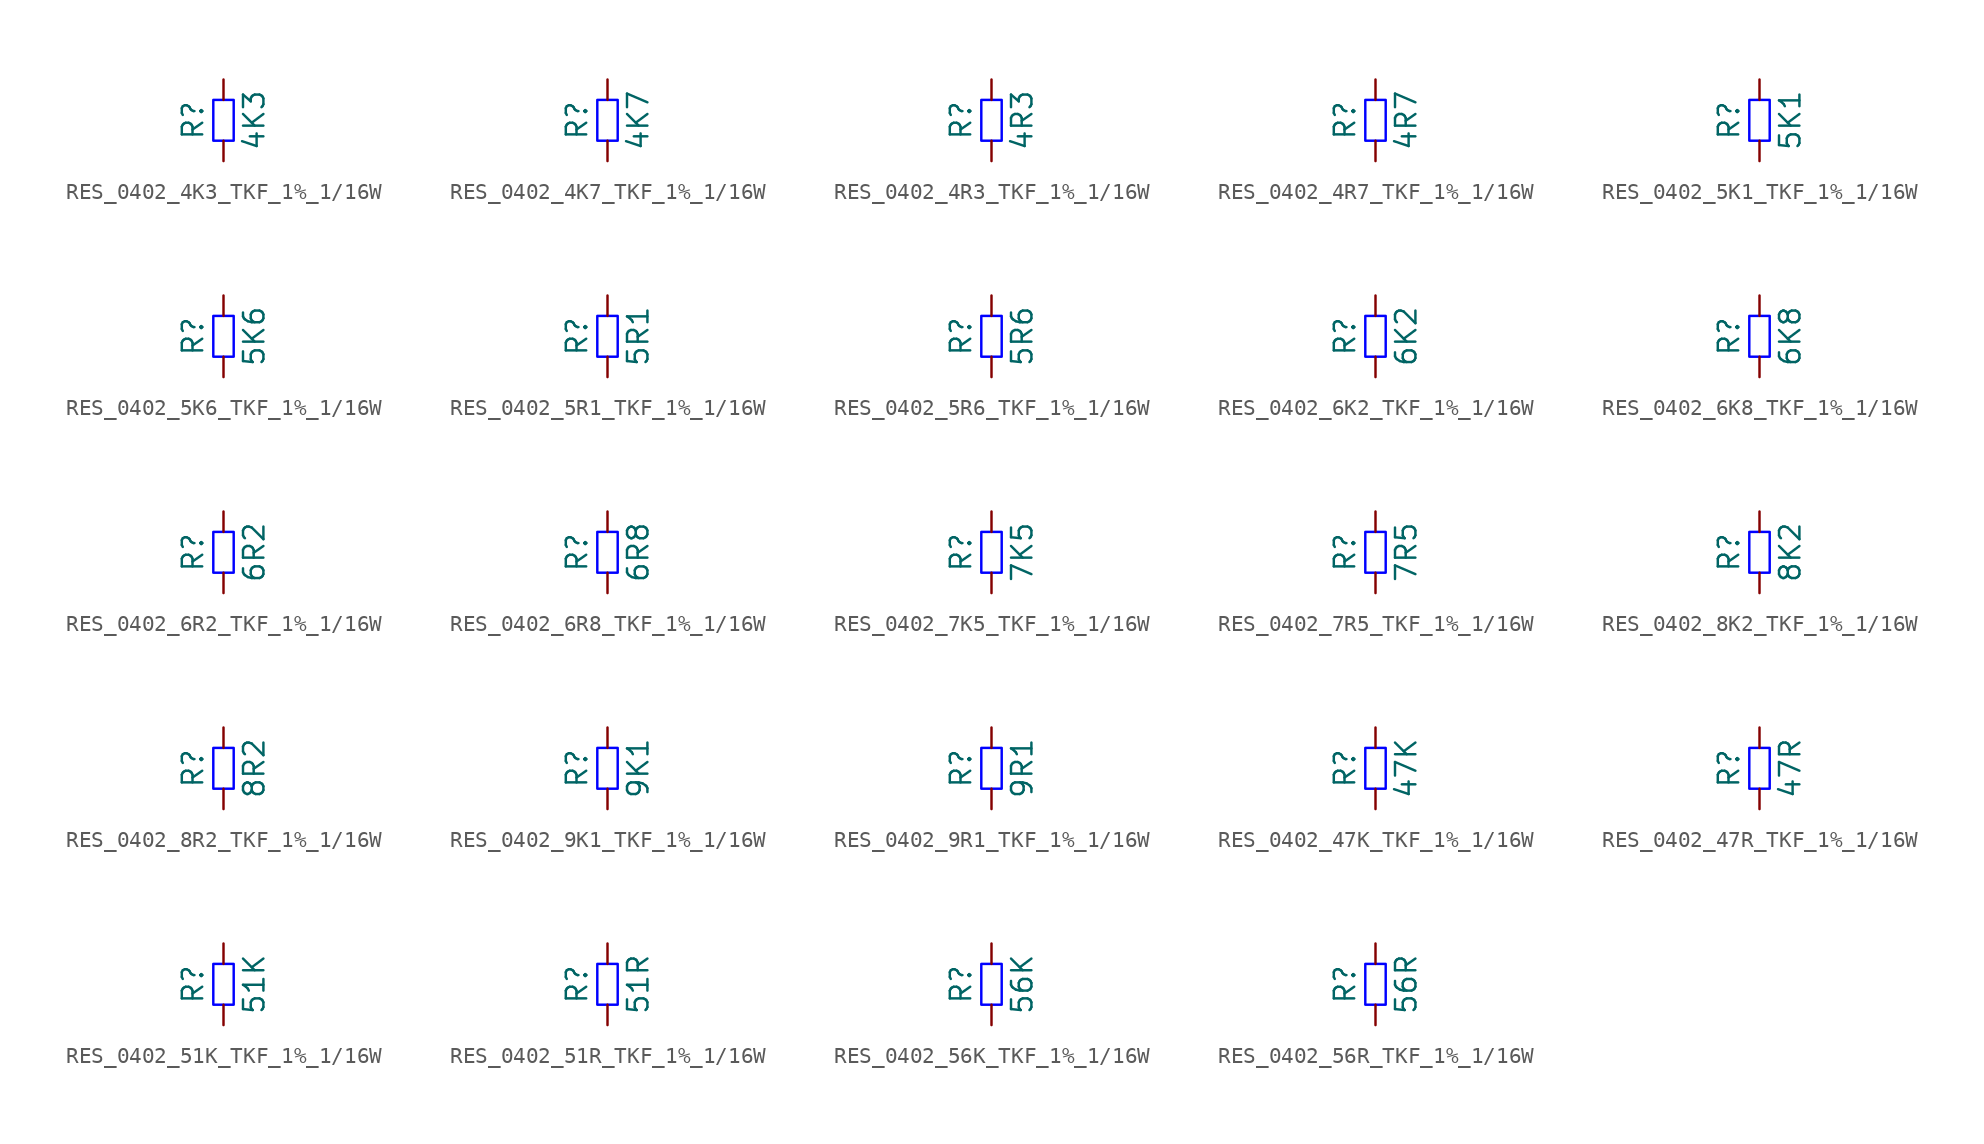
<source format=kicad_sym>
(kicad_symbol_lib
  (version 20220914)
  (generator kicad_symbol_editor)
  (symbol "RES_0402_4K3_TKF_1%_1/16W"
    (pin_numbers hide)
    (pin_names
      (offset 0) hide)
    (property "Reference" "R"
      (at -1.905 0 90)
      (do_not_autoplace)
      (effects (font (size 1.27 1.27))))
    (property "Value" "4K3"
      (at 1.905 0 90)
      (do_not_autoplace)
      (effects (font (size 1.27 1.27))))
    (symbol "RES_0402_4K3_TKF_1%_1/16W_1_1"
      (rectangle (start -0.635 -1.27) (end 0.635 1.27) (stroke (width 0) (type solid) (color 0 0 255 1)) (fill (type none)))
      (pin passive line (at 0 -2.54 90) (length 1.27) (name "~" (effects (font (size 1.27 1.27)))) (number "1" (effects (font (size 1.27 1.27)))))
      (pin passive line (at 0 2.54 270) (length 1.27) (name "~" (effects (font (size 1.27 1.27)))) (number "2" (effects (font (size 1.27 1.27)))))))
  (symbol "RES_0402_4K7_TKF_1%_1/16W"
    (pin_numbers hide)
    (pin_names
      (offset 0) hide)
    (property "Reference" "R"
      (at -1.905 0 90)
      (do_not_autoplace)
      (effects (font (size 1.27 1.27))))
    (property "Value" "4K7"
      (at 1.905 0 90)
      (do_not_autoplace)
      (effects (font (size 1.27 1.27))))
    (symbol "RES_0402_4K7_TKF_1%_1/16W_1_1"
      (rectangle (start -0.635 -1.27) (end 0.635 1.27) (stroke (width 0) (type solid) (color 0 0 255 1)) (fill (type none)))
      (pin passive line (at 0 -2.54 90) (length 1.27) (name "~" (effects (font (size 1.27 1.27)))) (number "1" (effects (font (size 1.27 1.27)))))
      (pin passive line (at 0 2.54 270) (length 1.27) (name "~" (effects (font (size 1.27 1.27)))) (number "2" (effects (font (size 1.27 1.27)))))))
  (symbol "RES_0402_4R3_TKF_1%_1/16W"
    (pin_numbers hide)
    (pin_names
      (offset 0) hide)
    (property "Reference" "R"
      (at -1.905 0 90)
      (do_not_autoplace)
      (effects (font (size 1.27 1.27))))
    (property "Value" "4R3"
      (at 1.905 0 90)
      (do_not_autoplace)
      (effects (font (size 1.27 1.27))))
    (symbol "RES_0402_4R3_TKF_1%_1/16W_1_1"
      (rectangle (start -0.635 -1.27) (end 0.635 1.27) (stroke (width 0) (type solid) (color 0 0 255 1)) (fill (type none)))
      (pin passive line (at 0 -2.54 90) (length 1.27) (name "~" (effects (font (size 1.27 1.27)))) (number "1" (effects (font (size 1.27 1.27)))))
      (pin passive line (at 0 2.54 270) (length 1.27) (name "~" (effects (font (size 1.27 1.27)))) (number "2" (effects (font (size 1.27 1.27)))))))
  (symbol "RES_0402_4R7_TKF_1%_1/16W"
    (pin_numbers hide)
    (pin_names
      (offset 0) hide)
    (property "Reference" "R"
      (at -1.905 0 90)
      (do_not_autoplace)
      (effects (font (size 1.27 1.27))))
    (property "Value" "4R7"
      (at 1.905 0 90)
      (do_not_autoplace)
      (effects (font (size 1.27 1.27))))
    (symbol "RES_0402_4R7_TKF_1%_1/16W_1_1"
      (rectangle (start -0.635 -1.27) (end 0.635 1.27) (stroke (width 0) (type solid) (color 0 0 255 1)) (fill (type none)))
      (pin passive line (at 0 -2.54 90) (length 1.27) (name "~" (effects (font (size 1.27 1.27)))) (number "1" (effects (font (size 1.27 1.27)))))
      (pin passive line (at 0 2.54 270) (length 1.27) (name "~" (effects (font (size 1.27 1.27)))) (number "2" (effects (font (size 1.27 1.27)))))))
  (symbol "RES_0402_5K1_TKF_1%_1/16W"
    (pin_numbers hide)
    (pin_names
      (offset 0) hide)
    (property "Reference" "R"
      (at -1.905 0 90)
      (do_not_autoplace)
      (effects (font (size 1.27 1.27))))
    (property "Value" "5K1"
      (at 1.905 0 90)
      (do_not_autoplace)
      (effects (font (size 1.27 1.27))))
    (symbol "RES_0402_5K1_TKF_1%_1/16W_1_1"
      (rectangle (start -0.635 -1.27) (end 0.635 1.27) (stroke (width 0) (type solid) (color 0 0 255 1)) (fill (type none)))
      (pin passive line (at 0 -2.54 90) (length 1.27) (name "~" (effects (font (size 1.27 1.27)))) (number "1" (effects (font (size 1.27 1.27)))))
      (pin passive line (at 0 2.54 270) (length 1.27) (name "~" (effects (font (size 1.27 1.27)))) (number "2" (effects (font (size 1.27 1.27)))))))
  (symbol "RES_0402_5K6_TKF_1%_1/16W"
    (pin_numbers hide)
    (pin_names
      (offset 0) hide)
    (property "Reference" "R"
      (at -1.905 0 90)
      (do_not_autoplace)
      (effects (font (size 1.27 1.27))))
    (property "Value" "5K6"
      (at 1.905 0 90)
      (do_not_autoplace)
      (effects (font (size 1.27 1.27))))
    (symbol "RES_0402_5K6_TKF_1%_1/16W_1_1"
      (rectangle (start -0.635 -1.27) (end 0.635 1.27) (stroke (width 0) (type solid) (color 0 0 255 1)) (fill (type none)))
      (pin passive line (at 0 -2.54 90) (length 1.27) (name "~" (effects (font (size 1.27 1.27)))) (number "1" (effects (font (size 1.27 1.27)))))
      (pin passive line (at 0 2.54 270) (length 1.27) (name "~" (effects (font (size 1.27 1.27)))) (number "2" (effects (font (size 1.27 1.27)))))))
  (symbol "RES_0402_5R1_TKF_1%_1/16W"
    (pin_numbers hide)
    (pin_names
      (offset 0) hide)
    (property "Reference" "R"
      (at -1.905 0 90)
      (do_not_autoplace)
      (effects (font (size 1.27 1.27))))
    (property "Value" "5R1"
      (at 1.905 0 90)
      (do_not_autoplace)
      (effects (font (size 1.27 1.27))))
    (symbol "RES_0402_5R1_TKF_1%_1/16W_1_1"
      (rectangle (start -0.635 -1.27) (end 0.635 1.27) (stroke (width 0) (type solid) (color 0 0 255 1)) (fill (type none)))
      (pin passive line (at 0 -2.54 90) (length 1.27) (name "~" (effects (font (size 1.27 1.27)))) (number "1" (effects (font (size 1.27 1.27)))))
      (pin passive line (at 0 2.54 270) (length 1.27) (name "~" (effects (font (size 1.27 1.27)))) (number "2" (effects (font (size 1.27 1.27)))))))
  (symbol "RES_0402_5R6_TKF_1%_1/16W"
    (pin_numbers hide)
    (pin_names
      (offset 0) hide)
    (property "Reference" "R"
      (at -1.905 0 90)
      (do_not_autoplace)
      (effects (font (size 1.27 1.27))))
    (property "Value" "5R6"
      (at 1.905 0 90)
      (do_not_autoplace)
      (effects (font (size 1.27 1.27))))
    (symbol "RES_0402_5R6_TKF_1%_1/16W_1_1"
      (rectangle (start -0.635 -1.27) (end 0.635 1.27) (stroke (width 0) (type solid) (color 0 0 255 1)) (fill (type none)))
      (pin passive line (at 0 -2.54 90) (length 1.27) (name "~" (effects (font (size 1.27 1.27)))) (number "1" (effects (font (size 1.27 1.27)))))
      (pin passive line (at 0 2.54 270) (length 1.27) (name "~" (effects (font (size 1.27 1.27)))) (number "2" (effects (font (size 1.27 1.27)))))))
  (symbol "RES_0402_6K2_TKF_1%_1/16W"
    (pin_numbers hide)
    (pin_names
      (offset 0) hide)
    (property "Reference" "R"
      (at -1.905 0 90)
      (do_not_autoplace)
      (effects (font (size 1.27 1.27))))
    (property "Value" "6K2"
      (at 1.905 0 90)
      (do_not_autoplace)
      (effects (font (size 1.27 1.27))))
    (symbol "RES_0402_6K2_TKF_1%_1/16W_1_1"
      (rectangle (start -0.635 -1.27) (end 0.635 1.27) (stroke (width 0) (type solid) (color 0 0 255 1)) (fill (type none)))
      (pin passive line (at 0 -2.54 90) (length 1.27) (name "~" (effects (font (size 1.27 1.27)))) (number "1" (effects (font (size 1.27 1.27)))))
      (pin passive line (at 0 2.54 270) (length 1.27) (name "~" (effects (font (size 1.27 1.27)))) (number "2" (effects (font (size 1.27 1.27)))))))
  (symbol "RES_0402_6K8_TKF_1%_1/16W"
    (pin_numbers hide)
    (pin_names
      (offset 0) hide)
    (property "Reference" "R"
      (at -1.905 0 90)
      (do_not_autoplace)
      (effects (font (size 1.27 1.27))))
    (property "Value" "6K8"
      (at 1.905 0 90)
      (do_not_autoplace)
      (effects (font (size 1.27 1.27))))
    (symbol "RES_0402_6K8_TKF_1%_1/16W_1_1"
      (rectangle (start -0.635 -1.27) (end 0.635 1.27) (stroke (width 0) (type solid) (color 0 0 255 1)) (fill (type none)))
      (pin passive line (at 0 -2.54 90) (length 1.27) (name "~" (effects (font (size 1.27 1.27)))) (number "1" (effects (font (size 1.27 1.27)))))
      (pin passive line (at 0 2.54 270) (length 1.27) (name "~" (effects (font (size 1.27 1.27)))) (number "2" (effects (font (size 1.27 1.27)))))))
  (symbol "RES_0402_6R2_TKF_1%_1/16W"
    (pin_numbers hide)
    (pin_names
      (offset 0) hide)
    (property "Reference" "R"
      (at -1.905 0 90)
      (do_not_autoplace)
      (effects (font (size 1.27 1.27))))
    (property "Value" "6R2"
      (at 1.905 0 90)
      (do_not_autoplace)
      (effects (font (size 1.27 1.27))))
    (symbol "RES_0402_6R2_TKF_1%_1/16W_1_1"
      (rectangle (start -0.635 -1.27) (end 0.635 1.27) (stroke (width 0) (type solid) (color 0 0 255 1)) (fill (type none)))
      (pin passive line (at 0 -2.54 90) (length 1.27) (name "~" (effects (font (size 1.27 1.27)))) (number "1" (effects (font (size 1.27 1.27)))))
      (pin passive line (at 0 2.54 270) (length 1.27) (name "~" (effects (font (size 1.27 1.27)))) (number "2" (effects (font (size 1.27 1.27)))))))
  (symbol "RES_0402_6R8_TKF_1%_1/16W"
    (pin_numbers hide)
    (pin_names
      (offset 0) hide)
    (property "Reference" "R"
      (at -1.905 0 90)
      (do_not_autoplace)
      (effects (font (size 1.27 1.27))))
    (property "Value" "6R8"
      (at 1.905 0 90)
      (do_not_autoplace)
      (effects (font (size 1.27 1.27))))
    (symbol "RES_0402_6R8_TKF_1%_1/16W_1_1"
      (rectangle (start -0.635 -1.27) (end 0.635 1.27) (stroke (width 0) (type solid) (color 0 0 255 1)) (fill (type none)))
      (pin passive line (at 0 -2.54 90) (length 1.27) (name "~" (effects (font (size 1.27 1.27)))) (number "1" (effects (font (size 1.27 1.27)))))
      (pin passive line (at 0 2.54 270) (length 1.27) (name "~" (effects (font (size 1.27 1.27)))) (number "2" (effects (font (size 1.27 1.27)))))))
  (symbol "RES_0402_7K5_TKF_1%_1/16W"
    (pin_numbers hide)
    (pin_names
      (offset 0) hide)
    (property "Reference" "R"
      (at -1.905 0 90)
      (do_not_autoplace)
      (effects (font (size 1.27 1.27))))
    (property "Value" "7K5"
      (at 1.905 0 90)
      (do_not_autoplace)
      (effects (font (size 1.27 1.27))))
    (symbol "RES_0402_7K5_TKF_1%_1/16W_1_1"
      (rectangle (start -0.635 -1.27) (end 0.635 1.27) (stroke (width 0) (type solid) (color 0 0 255 1)) (fill (type none)))
      (pin passive line (at 0 -2.54 90) (length 1.27) (name "~" (effects (font (size 1.27 1.27)))) (number "1" (effects (font (size 1.27 1.27)))))
      (pin passive line (at 0 2.54 270) (length 1.27) (name "~" (effects (font (size 1.27 1.27)))) (number "2" (effects (font (size 1.27 1.27)))))))
  (symbol "RES_0402_7R5_TKF_1%_1/16W"
    (pin_numbers hide)
    (pin_names
      (offset 0) hide)
    (property "Reference" "R"
      (at -1.905 0 90)
      (do_not_autoplace)
      (effects (font (size 1.27 1.27))))
    (property "Value" "7R5"
      (at 1.905 0 90)
      (do_not_autoplace)
      (effects (font (size 1.27 1.27))))
    (symbol "RES_0402_7R5_TKF_1%_1/16W_1_1"
      (rectangle (start -0.635 -1.27) (end 0.635 1.27) (stroke (width 0) (type solid) (color 0 0 255 1)) (fill (type none)))
      (pin passive line (at 0 -2.54 90) (length 1.27) (name "~" (effects (font (size 1.27 1.27)))) (number "1" (effects (font (size 1.27 1.27)))))
      (pin passive line (at 0 2.54 270) (length 1.27) (name "~" (effects (font (size 1.27 1.27)))) (number "2" (effects (font (size 1.27 1.27)))))))
  (symbol "RES_0402_8K2_TKF_1%_1/16W"
    (pin_numbers hide)
    (pin_names
      (offset 0) hide)
    (property "Reference" "R"
      (at -1.905 0 90)
      (do_not_autoplace)
      (effects (font (size 1.27 1.27))))
    (property "Value" "8K2"
      (at 1.905 0 90)
      (do_not_autoplace)
      (effects (font (size 1.27 1.27))))
    (symbol "RES_0402_8K2_TKF_1%_1/16W_1_1"
      (rectangle (start -0.635 -1.27) (end 0.635 1.27) (stroke (width 0) (type solid) (color 0 0 255 1)) (fill (type none)))
      (pin passive line (at 0 -2.54 90) (length 1.27) (name "~" (effects (font (size 1.27 1.27)))) (number "1" (effects (font (size 1.27 1.27)))))
      (pin passive line (at 0 2.54 270) (length 1.27) (name "~" (effects (font (size 1.27 1.27)))) (number "2" (effects (font (size 1.27 1.27)))))))
  (symbol "RES_0402_8R2_TKF_1%_1/16W"
    (pin_numbers hide)
    (pin_names
      (offset 0) hide)
    (property "Reference" "R"
      (at -1.905 0 90)
      (do_not_autoplace)
      (effects (font (size 1.27 1.27))))
    (property "Value" "8R2"
      (at 1.905 0 90)
      (do_not_autoplace)
      (effects (font (size 1.27 1.27))))
    (symbol "RES_0402_8R2_TKF_1%_1/16W_1_1"
      (rectangle (start -0.635 -1.27) (end 0.635 1.27) (stroke (width 0) (type solid) (color 0 0 255 1)) (fill (type none)))
      (pin passive line (at 0 -2.54 90) (length 1.27) (name "~" (effects (font (size 1.27 1.27)))) (number "1" (effects (font (size 1.27 1.27)))))
      (pin passive line (at 0 2.54 270) (length 1.27) (name "~" (effects (font (size 1.27 1.27)))) (number "2" (effects (font (size 1.27 1.27)))))))
  (symbol "RES_0402_9K1_TKF_1%_1/16W"
    (pin_numbers hide)
    (pin_names
      (offset 0) hide)
    (property "Reference" "R"
      (at -1.905 0 90)
      (do_not_autoplace)
      (effects (font (size 1.27 1.27))))
    (property "Value" "9K1"
      (at 1.905 0 90)
      (do_not_autoplace)
      (effects (font (size 1.27 1.27))))
    (symbol "RES_0402_9K1_TKF_1%_1/16W_1_1"
      (rectangle (start -0.635 -1.27) (end 0.635 1.27) (stroke (width 0) (type solid) (color 0 0 255 1)) (fill (type none)))
      (pin passive line (at 0 -2.54 90) (length 1.27) (name "~" (effects (font (size 1.27 1.27)))) (number "1" (effects (font (size 1.27 1.27)))))
      (pin passive line (at 0 2.54 270) (length 1.27) (name "~" (effects (font (size 1.27 1.27)))) (number "2" (effects (font (size 1.27 1.27)))))))
  (symbol "RES_0402_9R1_TKF_1%_1/16W"
    (pin_numbers hide)
    (pin_names
      (offset 0) hide)
    (property "Reference" "R"
      (at -1.905 0 90)
      (do_not_autoplace)
      (effects (font (size 1.27 1.27))))
    (property "Value" "9R1"
      (at 1.905 0 90)
      (do_not_autoplace)
      (effects (font (size 1.27 1.27))))
    (symbol "RES_0402_9R1_TKF_1%_1/16W_1_1"
      (rectangle (start -0.635 -1.27) (end 0.635 1.27) (stroke (width 0) (type solid) (color 0 0 255 1)) (fill (type none)))
      (pin passive line (at 0 -2.54 90) (length 1.27) (name "~" (effects (font (size 1.27 1.27)))) (number "1" (effects (font (size 1.27 1.27)))))
      (pin passive line (at 0 2.54 270) (length 1.27) (name "~" (effects (font (size 1.27 1.27)))) (number "2" (effects (font (size 1.27 1.27)))))))
  (symbol "RES_0402_47K_TKF_1%_1/16W"
    (pin_numbers hide)
    (pin_names
      (offset 0) hide)
    (property "Reference" "R"
      (at -1.905 0 90)
      (do_not_autoplace)
      (effects (font (size 1.27 1.27))))
    (property "Value" "47K"
      (at 1.905 0 90)
      (do_not_autoplace)
      (effects (font (size 1.27 1.27))))
    (symbol "RES_0402_47K_TKF_1%_1/16W_1_1"
      (rectangle (start -0.635 -1.27) (end 0.635 1.27) (stroke (width 0) (type solid) (color 0 0 255 1)) (fill (type none)))
      (pin passive line (at 0 -2.54 90) (length 1.27) (name "~" (effects (font (size 1.27 1.27)))) (number "1" (effects (font (size 1.27 1.27)))))
      (pin passive line (at 0 2.54 270) (length 1.27) (name "~" (effects (font (size 1.27 1.27)))) (number "2" (effects (font (size 1.27 1.27)))))))
  (symbol "RES_0402_47R_TKF_1%_1/16W"
    (pin_numbers hide)
    (pin_names
      (offset 0) hide)
    (property "Reference" "R"
      (at -1.905 0 90)
      (do_not_autoplace)
      (effects (font (size 1.27 1.27))))
    (property "Value" "47R"
      (at 1.905 0 90)
      (do_not_autoplace)
      (effects (font (size 1.27 1.27))))
    (symbol "RES_0402_47R_TKF_1%_1/16W_1_1"
      (rectangle (start -0.635 -1.27) (end 0.635 1.27) (stroke (width 0) (type solid) (color 0 0 255 1)) (fill (type none)))
      (pin passive line (at 0 -2.54 90) (length 1.27) (name "~" (effects (font (size 1.27 1.27)))) (number "1" (effects (font (size 1.27 1.27)))))
      (pin passive line (at 0 2.54 270) (length 1.27) (name "~" (effects (font (size 1.27 1.27)))) (number "2" (effects (font (size 1.27 1.27)))))))
  (symbol "RES_0402_51K_TKF_1%_1/16W"
    (pin_numbers hide)
    (pin_names
      (offset 0) hide)
    (property "Reference" "R"
      (at -1.905 0 90)
      (do_not_autoplace)
      (effects (font (size 1.27 1.27))))
    (property "Value" "51K"
      (at 1.905 0 90)
      (do_not_autoplace)
      (effects (font (size 1.27 1.27))))
    (symbol "RES_0402_51K_TKF_1%_1/16W_1_1"
      (rectangle (start -0.635 -1.27) (end 0.635 1.27) (stroke (width 0) (type solid) (color 0 0 255 1)) (fill (type none)))
      (pin passive line (at 0 -2.54 90) (length 1.27) (name "~" (effects (font (size 1.27 1.27)))) (number "1" (effects (font (size 1.27 1.27)))))
      (pin passive line (at 0 2.54 270) (length 1.27) (name "~" (effects (font (size 1.27 1.27)))) (number "2" (effects (font (size 1.27 1.27)))))))
  (symbol "RES_0402_51R_TKF_1%_1/16W"
    (pin_numbers hide)
    (pin_names
      (offset 0) hide)
    (property "Reference" "R"
      (at -1.905 0 90)
      (do_not_autoplace)
      (effects (font (size 1.27 1.27))))
    (property "Value" "51R"
      (at 1.905 0 90)
      (do_not_autoplace)
      (effects (font (size 1.27 1.27))))
    (symbol "RES_0402_51R_TKF_1%_1/16W_1_1"
      (rectangle (start -0.635 -1.27) (end 0.635 1.27) (stroke (width 0) (type solid) (color 0 0 255 1)) (fill (type none)))
      (pin passive line (at 0 -2.54 90) (length 1.27) (name "~" (effects (font (size 1.27 1.27)))) (number "1" (effects (font (size 1.27 1.27)))))
      (pin passive line (at 0 2.54 270) (length 1.27) (name "~" (effects (font (size 1.27 1.27)))) (number "2" (effects (font (size 1.27 1.27)))))))
  (symbol "RES_0402_56K_TKF_1%_1/16W"
    (pin_numbers hide)
    (pin_names
      (offset 0) hide)
    (property "Reference" "R"
      (at -1.905 0 90)
      (do_not_autoplace)
      (effects (font (size 1.27 1.27))))
    (property "Value" "56K"
      (at 1.905 0 90)
      (do_not_autoplace)
      (effects (font (size 1.27 1.27))))
    (symbol "RES_0402_56K_TKF_1%_1/16W_1_1"
      (rectangle (start -0.635 -1.27) (end 0.635 1.27) (stroke (width 0) (type solid) (color 0 0 255 1)) (fill (type none)))
      (pin passive line (at 0 -2.54 90) (length 1.27) (name "~" (effects (font (size 1.27 1.27)))) (number "1" (effects (font (size 1.27 1.27)))))
      (pin passive line (at 0 2.54 270) (length 1.27) (name "~" (effects (font (size 1.27 1.27)))) (number "2" (effects (font (size 1.27 1.27)))))))
  (symbol "RES_0402_56R_TKF_1%_1/16W"
    (pin_numbers hide)
    (pin_names
      (offset 0) hide)
    (property "Reference" "R"
      (at -1.905 0 90)
      (do_not_autoplace)
      (effects (font (size 1.27 1.27))))
    (property "Value" "56R"
      (at 1.905 0 90)
      (do_not_autoplace)
      (effects (font (size 1.27 1.27))))
    (symbol "RES_0402_56R_TKF_1%_1/16W_1_1"
      (rectangle (start -0.635 -1.27) (end 0.635 1.27) (stroke (width 0) (type solid) (color 0 0 255 1)) (fill (type none)))
      (pin passive line (at 0 -2.54 90) (length 1.27) (name "~" (effects (font (size 1.27 1.27)))) (number "1" (effects (font (size 1.27 1.27)))))
      (pin passive line (at 0 2.54 270) (length 1.27) (name "~" (effects (font (size 1.27 1.27)))) (number "2" (effects (font (size 1.27 1.27))))))))
</source>
